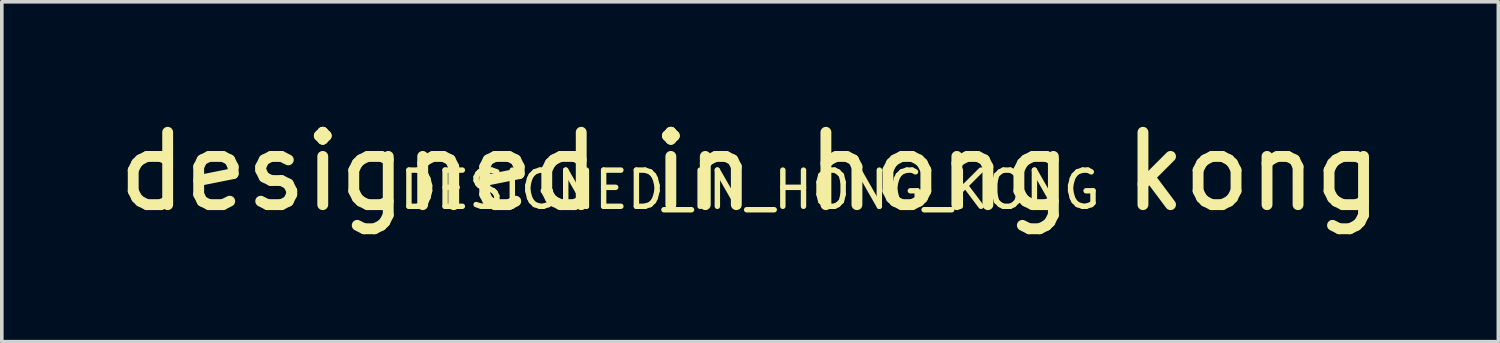
<source format=kicad_pcb>
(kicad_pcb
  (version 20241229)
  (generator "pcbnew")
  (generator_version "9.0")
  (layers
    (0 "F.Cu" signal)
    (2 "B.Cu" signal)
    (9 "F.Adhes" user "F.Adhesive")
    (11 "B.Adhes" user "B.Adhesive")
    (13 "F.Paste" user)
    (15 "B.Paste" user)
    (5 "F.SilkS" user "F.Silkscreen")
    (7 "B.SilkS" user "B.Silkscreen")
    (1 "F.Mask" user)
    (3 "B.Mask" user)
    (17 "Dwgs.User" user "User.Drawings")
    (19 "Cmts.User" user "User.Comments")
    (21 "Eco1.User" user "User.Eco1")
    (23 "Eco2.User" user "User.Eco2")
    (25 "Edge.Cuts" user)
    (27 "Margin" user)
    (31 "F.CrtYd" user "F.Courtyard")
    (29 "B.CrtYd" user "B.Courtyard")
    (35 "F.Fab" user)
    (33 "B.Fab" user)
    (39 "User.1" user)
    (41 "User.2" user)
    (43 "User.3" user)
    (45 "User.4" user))
  (footprint "DESIGNED_IN_HONG_KONG"
    (layer "F.Cu")
    (at 17.679 1.696)
    (property "Reference" "DESIGNED_IN_HONG_KONG" (at 0 0.5 0) (layer "F.SilkS") (effects (font (size 1 1) (thickness 0.15))))
    (attr through_hole)
    (fp_text user "designed in hong kong" (at 0 0 0) (layer "F.SilkS") (effects (font (size 2 2) (thickness 0.3)))))
  (gr_rect
    (start -3 -3)
    (end 38.357 6.393)
    (stroke (width 0.1) (type default))
    (fill no)
    (layer "Edge.Cuts")))
</source>
